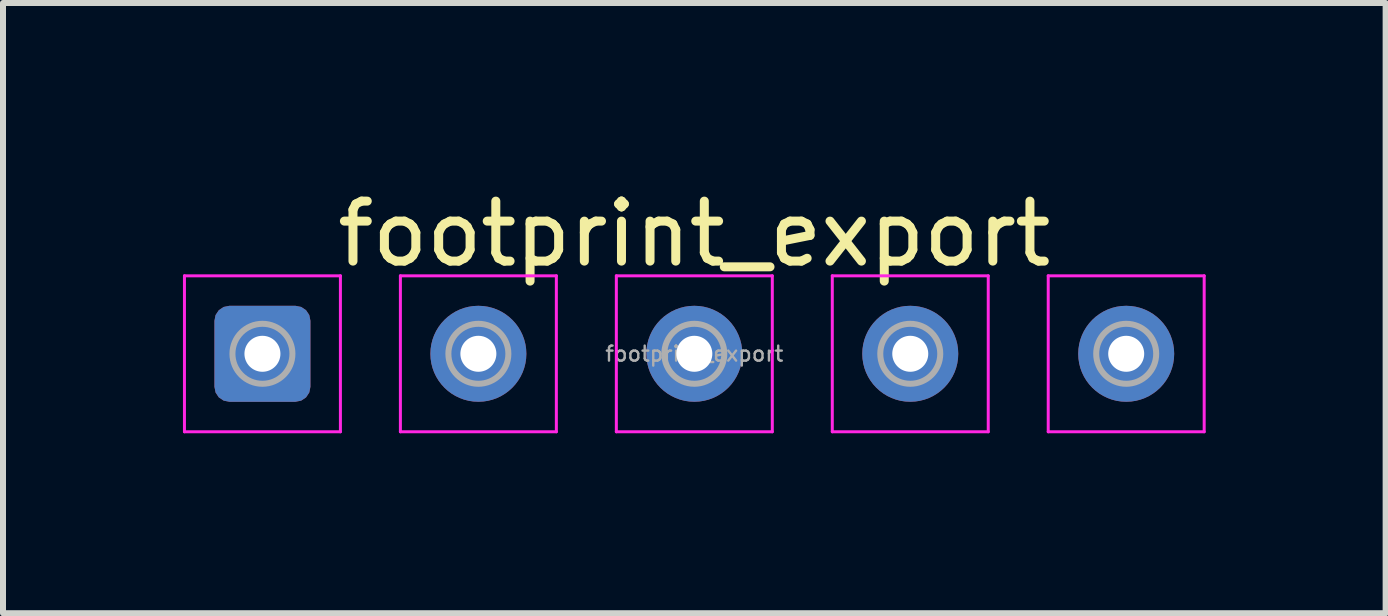
<source format=kicad_pcb>
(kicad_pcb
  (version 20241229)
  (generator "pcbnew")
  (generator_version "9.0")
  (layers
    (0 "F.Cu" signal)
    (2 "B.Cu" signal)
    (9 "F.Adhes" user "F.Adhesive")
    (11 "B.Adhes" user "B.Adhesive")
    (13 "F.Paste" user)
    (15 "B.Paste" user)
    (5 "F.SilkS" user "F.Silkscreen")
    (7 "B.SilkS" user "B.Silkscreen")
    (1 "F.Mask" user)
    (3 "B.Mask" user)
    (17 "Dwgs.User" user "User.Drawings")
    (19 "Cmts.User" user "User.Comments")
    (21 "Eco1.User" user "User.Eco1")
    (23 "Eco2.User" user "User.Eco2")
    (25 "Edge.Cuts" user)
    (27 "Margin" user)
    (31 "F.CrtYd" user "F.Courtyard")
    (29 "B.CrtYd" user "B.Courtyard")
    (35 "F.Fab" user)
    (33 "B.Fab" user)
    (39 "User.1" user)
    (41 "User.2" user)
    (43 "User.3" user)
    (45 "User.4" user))
  (footprint "footprint_export"
    (layer "F.Cu")
    (at 1.325 2.848)
    (property "Reference" "footprint_export" (at 7.2 -2 0) (layer "F.SilkS") (effects (font (size 1 1) (thickness 0.15))))
    (attr exclude_from_pos_files exclude_from_bom)
    (fp_line (start -1.3 -1.3) (end -1.3 1.3) (stroke (width 0.05) (type solid)) (layer "F.CrtYd"))
    (fp_line (start -1.3 1.3) (end 1.3 1.3) (stroke (width 0.05) (type solid)) (layer "F.CrtYd"))
    (fp_line (start 1.3 -1.3) (end -1.3 -1.3) (stroke (width 0.05) (type solid)) (layer "F.CrtYd"))
    (fp_line (start 1.3 1.3) (end 1.3 -1.3) (stroke (width 0.05) (type solid)) (layer "F.CrtYd"))
    (fp_line (start 2.3 -1.3) (end 2.3 1.3) (stroke (width 0.05) (type solid)) (layer "F.CrtYd"))
    (fp_line (start 2.3 1.3) (end 4.9 1.3) (stroke (width 0.05) (type solid)) (layer "F.CrtYd"))
    (fp_line (start 4.9 -1.3) (end 2.3 -1.3) (stroke (width 0.05) (type solid)) (layer "F.CrtYd"))
    (fp_line (start 4.9 1.3) (end 4.9 -1.3) (stroke (width 0.05) (type solid)) (layer "F.CrtYd"))
    (fp_line (start 5.9 -1.3) (end 5.9 1.3) (stroke (width 0.05) (type solid)) (layer "F.CrtYd"))
    (fp_line (start 5.9 1.3) (end 8.5 1.3) (stroke (width 0.05) (type solid)) (layer "F.CrtYd"))
    (fp_line (start 8.5 -1.3) (end 5.9 -1.3) (stroke (width 0.05) (type solid)) (layer "F.CrtYd"))
    (fp_line (start 8.5 1.3) (end 8.5 -1.3) (stroke (width 0.05) (type solid)) (layer "F.CrtYd"))
    (fp_line (start 9.5 -1.3) (end 9.5 1.3) (stroke (width 0.05) (type solid)) (layer "F.CrtYd"))
    (fp_line (start 9.5 1.3) (end 12.1 1.3) (stroke (width 0.05) (type solid)) (layer "F.CrtYd"))
    (fp_line (start 12.1 -1.3) (end 9.5 -1.3) (stroke (width 0.05) (type solid)) (layer "F.CrtYd"))
    (fp_line (start 12.1 1.3) (end 12.1 -1.3) (stroke (width 0.05) (type solid)) (layer "F.CrtYd"))
    (fp_line (start 13.1 -1.3) (end 13.1 1.3) (stroke (width 0.05) (type solid)) (layer "F.CrtYd"))
    (fp_line (start 13.1 1.3) (end 15.7 1.3) (stroke (width 0.05) (type solid)) (layer "F.CrtYd"))
    (fp_line (start 15.7 -1.3) (end 13.1 -1.3) (stroke (width 0.05) (type solid)) (layer "F.CrtYd"))
    (fp_line (start 15.7 1.3) (end 15.7 -1.3) (stroke (width 0.05) (type solid)) (layer "F.CrtYd"))
    (fp_circle (center 0 0) (end 0.5 0) (stroke (width 0.1) (type solid)) (fill no) (layer "F.Fab"))
    (fp_circle (center 3.6 0) (end 4.1 0) (stroke (width 0.1) (type solid)) (fill no) (layer "F.Fab"))
    (fp_circle (center 7.2 0) (end 7.7 0) (stroke (width 0.1) (type solid)) (fill no) (layer "F.Fab"))
    (fp_circle (center 10.8 0) (end 11.3 0) (stroke (width 0.1) (type solid)) (fill no) (layer "F.Fab"))
    (fp_circle (center 14.4 0) (end 14.9 0) (stroke (width 0.1) (type solid)) (fill no) (layer "F.Fab"))
    (fp_text user "${REFERENCE}" (at 7.2 0 0) (layer "F.Fab") (effects (font (size 0.25 0.25) (thickness 0.04))))
    (pad "1" thru_hole roundrect (at 0 0) (size 1.6 1.6) (drill 0.6) (layers "*.Cu" "*.Mask") (roundrect_rratio 0.156))
    (pad "2" thru_hole circle (at 3.6 0) (size 1.6 1.6) (drill 0.6) (layers "*.Cu" "*.Mask"))
    (pad "3" thru_hole circle (at 7.2 0) (size 1.6 1.6) (drill 0.6) (layers "*.Cu" "*.Mask"))
    (pad "4" thru_hole circle (at 10.8 0) (size 1.6 1.6) (drill 0.6) (layers "*.Cu" "*.Mask"))
    (pad "5" thru_hole circle (at 14.4 0) (size 1.6 1.6) (drill 0.6) (layers "*.Cu" "*.Mask")))
  (gr_rect
    (start -3 -3)
    (end 20.05 7.173)
    (stroke (width 0.1) (type default))
    (fill no)
    (layer "Edge.Cuts")))
</source>
